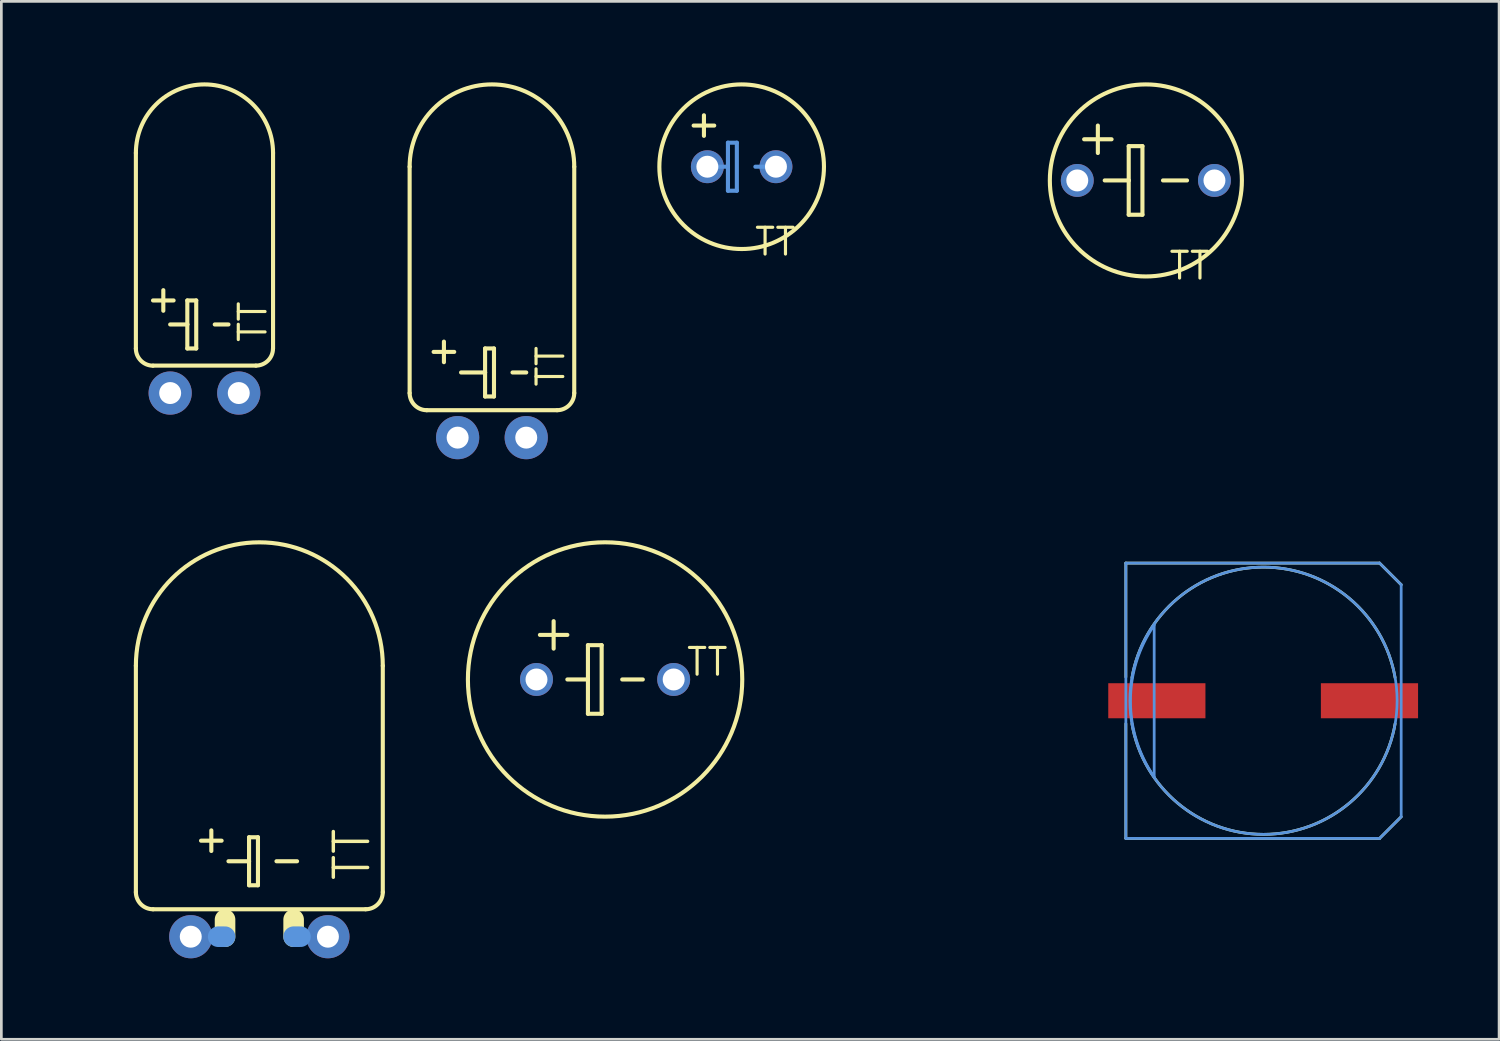
<source format=kicad_pcb>
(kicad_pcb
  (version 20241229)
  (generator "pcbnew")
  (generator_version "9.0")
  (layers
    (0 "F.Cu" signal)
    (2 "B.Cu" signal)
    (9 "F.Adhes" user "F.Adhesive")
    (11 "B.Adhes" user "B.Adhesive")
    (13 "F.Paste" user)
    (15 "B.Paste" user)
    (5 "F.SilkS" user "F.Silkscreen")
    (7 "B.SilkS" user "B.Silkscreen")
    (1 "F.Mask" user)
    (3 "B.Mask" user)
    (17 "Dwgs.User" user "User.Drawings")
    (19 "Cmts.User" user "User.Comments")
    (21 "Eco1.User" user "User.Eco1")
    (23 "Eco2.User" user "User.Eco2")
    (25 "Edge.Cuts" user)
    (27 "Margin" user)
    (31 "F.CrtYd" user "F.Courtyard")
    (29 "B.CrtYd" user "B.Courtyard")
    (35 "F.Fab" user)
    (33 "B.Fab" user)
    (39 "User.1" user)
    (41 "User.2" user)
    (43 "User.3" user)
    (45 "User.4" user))
  (footprint "TT5D10"
    (layer "F.Cu")
    (at 19.358 22.113)
    (property "Reference" "TT5D10" (at 6.731 -2.667 0) (layer "Eco1.User") (effects (font (size 1.27 1.27) (thickness 0.127))))
    (attr through_hole)
    (fp_line (start -2.413 -1.651) (end -1.397 -1.651) (stroke (width 0.152) (type solid)) (layer "F.SilkS"))
    (fp_line (start -1.905 -1.143) (end -1.905 -2.159) (stroke (width 0.152) (type solid)) (layer "F.SilkS"))
    (fp_line (start -1.397 0) (end -0.635 0) (stroke (width 0.152) (type solid)) (layer "F.SilkS"))
    (fp_line (start -0.635 -1.27) (end -0.635 0) (stroke (width 0.152) (type solid)) (layer "F.SilkS"))
    (fp_line (start -0.635 0) (end -0.635 1.27) (stroke (width 0.152) (type solid)) (layer "F.SilkS"))
    (fp_line (start -0.635 1.27) (end -0.127 1.27) (stroke (width 0.152) (type solid)) (layer "F.SilkS"))
    (fp_line (start -0.127 -1.27) (end -0.635 -1.27) (stroke (width 0.152) (type solid)) (layer "F.SilkS"))
    (fp_line (start -0.127 1.27) (end -0.127 -1.27) (stroke (width 0.152) (type solid)) (layer "F.SilkS"))
    (fp_line (start 0.635 0) (end 1.397 0) (stroke (width 0.152) (type solid)) (layer "F.SilkS"))
    (fp_circle (center 0 0) (end 5.08 0) (stroke (width 0.152) (type solid)) (fill no) (layer "F.SilkS"))
    (fp_text user "TT" (at 3.785 -0.648 0) (layer "F.SilkS") (effects (font (size 0.991 0.991) (thickness 0.117))))
    (pad "+" thru_hole oval (at -2.54 0) (size 1.219 1.219) (drill 0.813) (layers "*.Cu" "*.Mask"))
    (pad "-" thru_hole oval (at 2.54 0) (size 1.219 1.219) (drill 0.813) (layers "*.Cu" "*.Mask")))
  (footprint "TT5D9L"
    (layer "F.Cu")
    (at 6.554 31.639)
    (property "Reference" "TT5D9L" (at -5.588 -4.953 90) (layer "Eco1.User") (effects (font (size 1.27 1.27) (thickness 0.127))))
    (attr through_hole)
    (fp_line (start -4.572 -10.033) (end -4.572 -1.651) (stroke (width 0.152) (type solid)) (layer "F.SilkS"))
    (fp_line (start -3.937 -1.016) (end 3.937 -1.016) (stroke (width 0.152) (type solid)) (layer "F.SilkS"))
    (fp_line (start -2.159 -3.556) (end -1.397 -3.556) (stroke (width 0.152) (type solid)) (layer "F.SilkS"))
    (fp_line (start -1.778 -3.937) (end -1.778 -3.175) (stroke (width 0.152) (type solid)) (layer "F.SilkS"))
    (fp_line (start -1.27 -0.635) (end -1.27 0) (stroke (width 0.762) (type solid)) (layer "F.SilkS"))
    (fp_line (start -1.143 -2.794) (end -0.381 -2.794) (stroke (width 0.152) (type solid)) (layer "F.SilkS"))
    (fp_line (start -0.381 -3.683) (end -0.381 -2.794) (stroke (width 0.152) (type solid)) (layer "F.SilkS"))
    (fp_line (start -0.381 -2.794) (end -0.381 -1.905) (stroke (width 0.152) (type solid)) (layer "F.SilkS"))
    (fp_line (start -0.381 -1.905) (end -0.051 -1.905) (stroke (width 0.152) (type solid)) (layer "F.SilkS"))
    (fp_line (start -0.051 -3.683) (end -0.381 -3.683) (stroke (width 0.152) (type solid)) (layer "F.SilkS"))
    (fp_line (start -0.051 -1.905) (end -0.051 -3.683) (stroke (width 0.152) (type solid)) (layer "F.SilkS"))
    (fp_line (start 0.635 -2.794) (end 1.397 -2.794) (stroke (width 0.152) (type solid)) (layer "F.SilkS"))
    (fp_line (start 1.27 -0.635) (end 1.27 0) (stroke (width 0.762) (type solid)) (layer "F.SilkS"))
    (fp_line (start 4.572 -10.033) (end 4.572 -1.651) (stroke (width 0.152) (type solid)) (layer "F.SilkS"))
    (fp_arc (start -4.572 -10.033) (mid 0 -14.605) (end 4.572 -10.033) (stroke (width 0.1524) (type solid)) (layer "F.SilkS"))
    (fp_arc (start -3.937 -1.016) (mid -4.386013 -1.201987) (end -4.572 -1.651) (stroke (width 0.1524) (type solid)) (layer "F.SilkS"))
    (fp_arc (start 4.572 -1.651) (mid 4.386013 -1.201987) (end 3.937 -1.016) (stroke (width 0.1524) (type solid)) (layer "F.SilkS"))
    (fp_line (start -1.524 0) (end -1.27 0) (stroke (width 0.762) (type solid)) (layer "Cmts.User"))
    (fp_line (start 1.524 0) (end 1.27 0) (stroke (width 0.762) (type solid)) (layer "Cmts.User"))
    (fp_text user "TT" (at 3.429 -3.048 90) (layer "F.SilkS") (effects (font (size 1.27 1.27) (thickness 0.127))))
    (pad "+" thru_hole oval (at -2.54 0) (size 1.6 1.6) (drill 0.813) (layers "*.Cu" "*.Mask"))
    (pad "-" thru_hole oval (at 2.54 0) (size 1.6 1.6) (drill 0.813) (layers "*.Cu" "*.Mask")))
  (footprint "TT2D6"
    (layer "F.Cu")
    (at 24.416 3.124)
    (property "Reference" "TT2D6" (at 5.461 -0.889 0) (layer "Eco1.User") (effects (font (size 1.27 1.27) (thickness 0.127))))
    (attr through_hole)
    (fp_line (start -1.778 -1.524) (end -1.016 -1.524) (stroke (width 0.152) (type solid)) (layer "F.SilkS"))
    (fp_line (start -1.397 -1.143) (end -1.397 -1.905) (stroke (width 0.152) (type solid)) (layer "F.SilkS"))
    (fp_circle (center 0 0) (end 3.048 0) (stroke (width 0.152) (type solid)) (fill no) (layer "F.SilkS"))
    (fp_line (start -1.016 0) (end -0.508 0) (stroke (width 0.152) (type solid)) (layer "Cmts.User"))
    (fp_line (start -0.508 -0.889) (end -0.508 0) (stroke (width 0.152) (type solid)) (layer "Cmts.User"))
    (fp_line (start -0.508 0) (end -0.508 0.889) (stroke (width 0.152) (type solid)) (layer "Cmts.User"))
    (fp_line (start -0.508 0.889) (end -0.178 0.889) (stroke (width 0.152) (type solid)) (layer "Cmts.User"))
    (fp_line (start -0.178 -0.889) (end -0.508 -0.889) (stroke (width 0.152) (type solid)) (layer "Cmts.User"))
    (fp_line (start -0.178 0.889) (end -0.178 -0.889) (stroke (width 0.152) (type solid)) (layer "Cmts.User"))
    (fp_line (start 0.508 0) (end 1.016 0) (stroke (width 0.152) (type solid)) (layer "Cmts.User"))
    (fp_text user "TT" (at 1.245 2.781 0) (layer "F.SilkS") (effects (font (size 0.991 0.991) (thickness 0.117))))
    (pad "+" thru_hole oval (at -1.27 0) (size 1.219 1.219) (drill 0.813) (layers "*.Cu" "*.Mask"))
    (pad "-" thru_hole oval (at 1.27 0) (size 1.219 1.219) (drill 0.813) (layers "*.Cu" "*.Mask")))
  (footprint "TT2D5L"
    (layer "F.Cu")
    (at 4.522 11.506)
    (property "Reference" "TT2D5L" (at -3.556 -5.207 90) (layer "Eco1.User") (effects (font (size 1.27 1.27) (thickness 0.127))))
    (attr through_hole)
    (fp_line (start -2.54 -8.89) (end -2.54 -1.651) (stroke (width 0.152) (type solid)) (layer "F.SilkS"))
    (fp_line (start -1.905 -3.429) (end -1.143 -3.429) (stroke (width 0.152) (type solid)) (layer "F.SilkS"))
    (fp_line (start -1.905 -1.016) (end 1.905 -1.016) (stroke (width 0.152) (type solid)) (layer "F.SilkS"))
    (fp_line (start -1.524 -3.81) (end -1.524 -3.048) (stroke (width 0.152) (type solid)) (layer "F.SilkS"))
    (fp_line (start -1.27 -2.54) (end -0.635 -2.54) (stroke (width 0.152) (type solid)) (layer "F.SilkS"))
    (fp_line (start -0.635 -3.429) (end -0.635 -2.54) (stroke (width 0.152) (type solid)) (layer "F.SilkS"))
    (fp_line (start -0.635 -2.54) (end -0.635 -1.651) (stroke (width 0.152) (type solid)) (layer "F.SilkS"))
    (fp_line (start -0.635 -1.651) (end -0.305 -1.651) (stroke (width 0.152) (type solid)) (layer "F.SilkS"))
    (fp_line (start -0.305 -3.429) (end -0.635 -3.429) (stroke (width 0.152) (type solid)) (layer "F.SilkS"))
    (fp_line (start -0.305 -1.651) (end -0.305 -3.429) (stroke (width 0.152) (type solid)) (layer "F.SilkS"))
    (fp_line (start 0.381 -2.54) (end 0.889 -2.54) (stroke (width 0.152) (type solid)) (layer "F.SilkS"))
    (fp_line (start 2.54 -8.89) (end 2.54 -1.651) (stroke (width 0.152) (type solid)) (layer "F.SilkS"))
    (fp_arc (start -2.54 -8.89) (mid 0 -11.43) (end 2.54 -8.89) (stroke (width 0.1524) (type solid)) (layer "F.SilkS"))
    (fp_arc (start -1.90754 -1.01346) (mid -2.355809 -1.201243) (end -2.54 -1.651) (stroke (width 0.1524) (type solid)) (layer "F.SilkS"))
    (fp_arc (start 2.53746 -1.64846) (mid 2.352217 -1.201243) (end 1.905 -1.016) (stroke (width 0.1524) (type solid)) (layer "F.SilkS"))
    (fp_text user "TT" (at 1.791 -2.642 90) (layer "F.SilkS") (effects (font (size 0.991 0.991) (thickness 0.117))))
    (pad "+" thru_hole oval (at -1.27 0) (size 1.6 1.6) (drill 0.813) (layers "*.Cu" "*.Mask"))
    (pad "-" thru_hole oval (at 1.27 0) (size 1.6 1.6) (drill 0.813) (layers "*.Cu" "*.Mask")))
  (footprint "TT5D7"
    (layer "F.Cu")
    (at 39.385 3.632)
    (property "Reference" "TT5D7" (at 5.842 -1.397 0) (layer "Eco1.User") (effects (font (size 1.27 1.27) (thickness 0.127))))
    (attr through_hole)
    (fp_line (start -2.286 -1.524) (end -1.27 -1.524) (stroke (width 0.152) (type solid)) (layer "F.SilkS"))
    (fp_line (start -1.778 -1.016) (end -1.778 -2.032) (stroke (width 0.152) (type solid)) (layer "F.SilkS"))
    (fp_line (start -1.524 0) (end -0.635 0) (stroke (width 0.152) (type solid)) (layer "F.SilkS"))
    (fp_line (start -0.635 -1.27) (end -0.635 0) (stroke (width 0.152) (type solid)) (layer "F.SilkS"))
    (fp_line (start -0.635 0) (end -0.635 1.27) (stroke (width 0.152) (type solid)) (layer "F.SilkS"))
    (fp_line (start -0.635 1.27) (end -0.127 1.27) (stroke (width 0.152) (type solid)) (layer "F.SilkS"))
    (fp_line (start -0.127 -1.27) (end -0.635 -1.27) (stroke (width 0.152) (type solid)) (layer "F.SilkS"))
    (fp_line (start -0.127 1.27) (end -0.127 -1.27) (stroke (width 0.152) (type solid)) (layer "F.SilkS"))
    (fp_line (start 0.635 0) (end 1.524 0) (stroke (width 0.152) (type solid)) (layer "F.SilkS"))
    (fp_circle (center 0 0) (end 3.556 0) (stroke (width 0.152) (type solid)) (fill no) (layer "F.SilkS"))
    (fp_text user "TT" (at 1.626 3.162 0) (layer "F.SilkS") (effects (font (size 0.991 0.991) (thickness 0.117))))
    (pad "+" thru_hole oval (at -2.54 0) (size 1.219 1.219) (drill 0.813) (layers "*.Cu" "*.Mask"))
    (pad "-" thru_hole oval (at 2.54 0) (size 1.219 1.219) (drill 0.813) (layers "*.Cu" "*.Mask")))
  (footprint "TT2D6L"
    (layer "F.Cu")
    (at 15.168 13.157)
    (property "Reference" "TT2D6L" (at -4.064 -5.207 90) (layer "Eco1.User") (effects (font (size 1.27 1.27) (thickness 0.127))))
    (attr through_hole)
    (fp_line (start -3.048 -10.033) (end -3.048 -1.651) (stroke (width 0.152) (type solid)) (layer "F.SilkS"))
    (fp_line (start -2.413 -1.016) (end 2.413 -1.016) (stroke (width 0.152) (type solid)) (layer "F.SilkS"))
    (fp_line (start -2.159 -3.175) (end -1.397 -3.175) (stroke (width 0.152) (type solid)) (layer "F.SilkS"))
    (fp_line (start -1.778 -2.794) (end -1.778 -3.556) (stroke (width 0.152) (type solid)) (layer "F.SilkS"))
    (fp_line (start -1.143 -2.413) (end -0.254 -2.413) (stroke (width 0.152) (type solid)) (layer "F.SilkS"))
    (fp_line (start -0.254 -3.302) (end -0.254 -2.413) (stroke (width 0.152) (type solid)) (layer "F.SilkS"))
    (fp_line (start -0.254 -2.413) (end -0.254 -1.524) (stroke (width 0.152) (type solid)) (layer "F.SilkS"))
    (fp_line (start -0.254 -1.524) (end 0.076 -1.524) (stroke (width 0.152) (type solid)) (layer "F.SilkS"))
    (fp_line (start 0.076 -3.302) (end -0.254 -3.302) (stroke (width 0.152) (type solid)) (layer "F.SilkS"))
    (fp_line (start 0.076 -1.524) (end 0.076 -3.302) (stroke (width 0.152) (type solid)) (layer "F.SilkS"))
    (fp_line (start 0.762 -2.413) (end 1.27 -2.413) (stroke (width 0.152) (type solid)) (layer "F.SilkS"))
    (fp_line (start 3.048 -10.033) (end 3.048 -1.651) (stroke (width 0.152) (type solid)) (layer "F.SilkS"))
    (fp_arc (start -3.048 -10.033) (mid 0 -13.081) (end 3.048 -10.033) (stroke (width 0.1524) (type solid)) (layer "F.SilkS"))
    (fp_arc (start -2.413 -1.016) (mid -2.862013 -1.201987) (end -3.048 -1.651) (stroke (width 0.1524) (type solid)) (layer "F.SilkS"))
    (fp_arc (start 3.048 -1.651) (mid 2.862013 -1.201987) (end 2.413 -1.016) (stroke (width 0.1524) (type solid)) (layer "F.SilkS"))
    (fp_text user "TT" (at 2.172 -2.642 90) (layer "F.SilkS") (effects (font (size 0.991 0.991) (thickness 0.117))))
    (pad "+" thru_hole oval (at -1.27 0) (size 1.6 1.6) (drill 0.813) (layers "*.Cu" "*.Mask"))
    (pad "-" thru_hole oval (at 1.27 0) (size 1.6 1.6) (drill 0.813) (layers "*.Cu" "*.Mask")))
  (footprint "UD-10X10_NICHICON"
    (layer "F.Cu")
    (at 43.742 22.901)
    (property "Reference" "UD-10X10_NICHICON" (at -3.048 -5.207 0) (layer "Eco1.User") (effects (font (size 1.016 1.016) (thickness 0.081))))
    (attr through_hole)
    (fp_line (start -5.098 -5.098) (end 4.298 -5.098) (stroke (width 0.102) (type solid)) (layer "F.SilkS"))
    (fp_line (start -5.098 -0.874) (end -5.098 -5.098) (stroke (width 0.102) (type solid)) (layer "F.SilkS"))
    (fp_line (start -5.098 5.098) (end -5.098 0.848) (stroke (width 0.102) (type solid)) (layer "F.SilkS"))
    (fp_line (start 4.298 -5.098) (end 5.098 -4.298) (stroke (width 0.102) (type solid)) (layer "F.SilkS"))
    (fp_line (start 4.298 5.098) (end -5.098 5.098) (stroke (width 0.102) (type solid)) (layer "F.SilkS"))
    (fp_line (start 5.098 4.298) (end 4.298 5.098) (stroke (width 0.102) (type solid)) (layer "F.SilkS"))
    (fp_arc (start -4.87426 -0.84836) (mid -0.0023 -4.947537) (end 4.873469 -0.852891) (stroke (width 0.1016) (type solid)) (layer "F.SilkS"))
    (fp_arc (start 4.87426 0.84836) (mid 0.0023 4.947537) (end -4.873469 0.852891) (stroke (width 0.1016) (type solid)) (layer "F.SilkS"))
    (fp_line (start -5.098 -5.098) (end 4.298 -5.098) (stroke (width 0.102) (type solid)) (layer "Cmts.User"))
    (fp_line (start -5.098 5.098) (end -5.098 -5.098) (stroke (width 0.102) (type solid)) (layer "Cmts.User"))
    (fp_line (start -4.049 2.824) (end -4.049 -2.799) (stroke (width 0.102) (type solid)) (layer "Cmts.User"))
    (fp_line (start 4.298 -5.098) (end 5.098 -4.298) (stroke (width 0.102) (type solid)) (layer "Cmts.User"))
    (fp_line (start 4.298 5.098) (end -5.098 5.098) (stroke (width 0.102) (type solid)) (layer "Cmts.User"))
    (fp_line (start 5.098 -4.298) (end 5.098 4.298) (stroke (width 0.102) (type solid)) (layer "Cmts.User"))
    (fp_line (start 5.098 4.298) (end 4.298 5.098) (stroke (width 0.102) (type solid)) (layer "Cmts.User"))
    (fp_arc (start -4.050846 2.816388) (mid -4.927004 0.008328) (end -4.04876 -2.79908) (stroke (width 0.1016) (type solid)) (layer "Cmts.User"))
    (fp_circle (center 0 0) (end 4.948 0) (stroke (width 0.102) (type solid)) (fill no) (layer "Cmts.User"))
    (pad "+" smd rect (at 3.924 0) (size 3.599 1.298) (layers "F.Cu" "F.Mask" "F.Paste"))
    (pad "-" smd rect (at -3.95 0) (size 3.599 1.298) (layers "F.Cu" "F.Mask" "F.Paste")))
  (gr_rect
    (start -3 -3)
    (end 52.466 35.439)
    (stroke (width 0.1) (type default))
    (fill no)
    (layer "Edge.Cuts")))
</source>
